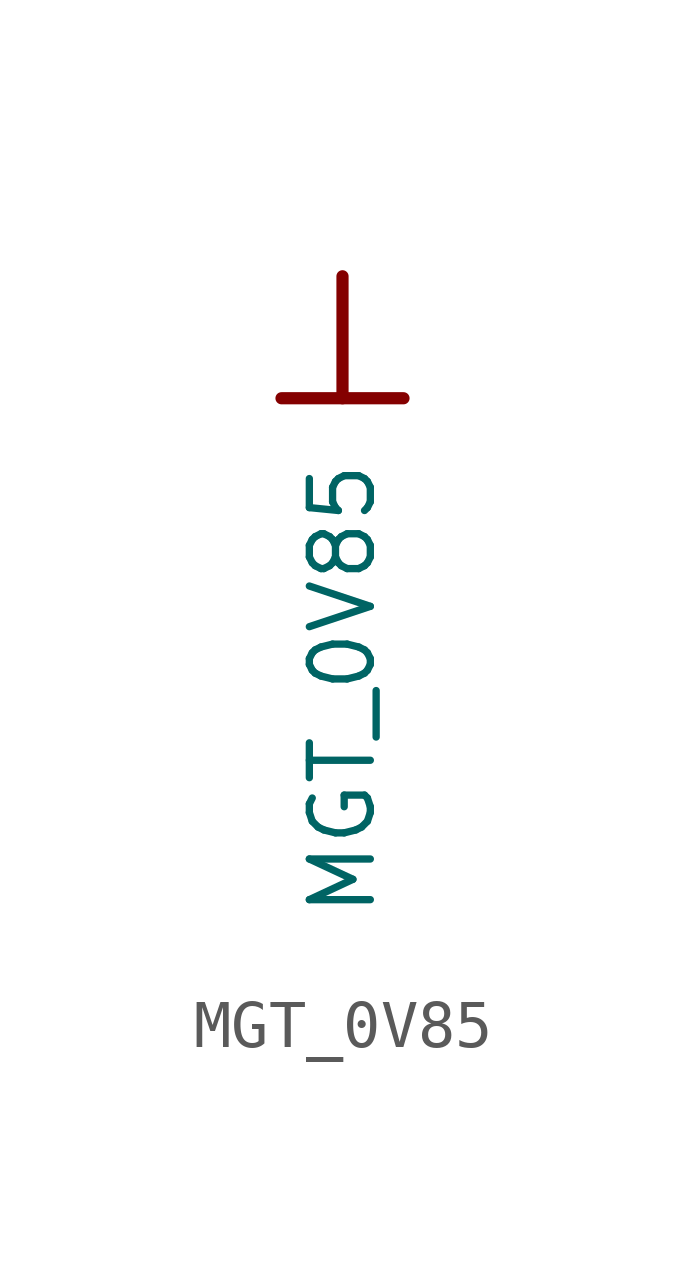
<source format=kicad_sym>
(kicad_symbol_lib
  (version 20231120)
  (generator "kicad_symbol_editor")
  (generator_version "8.0")
  (symbol "MGT_0V85"
    (power)
    (property "Reference" "#PWR0108"
      (at 0 0 0)
      (effects (font (size 1.27 1.27)) (hide yes)))
    (property "Value" "MGT_0V85"
      (at 0 -3.81 90)
      (effects (font (size 1.27 1.27)) (justify right)))
    (symbol "MGT_0V85_0_0"
      (polyline (pts (xy -1.27 -2.54) (xy 1.27 -2.54)) (stroke (width 0.254) (type solid)) (fill (type none)))
      (polyline (pts (xy 0 0) (xy 0 -2.54)) (stroke (width 0.254) (type solid)) (fill (type none)))
      (pin power_in line (at 0 0 0) (length 0) hide (name "MGT_0V85" (effects (font (size 1.27 1.27)))) (number "" (effects (font (size 1.27 1.27))))))))
</source>
